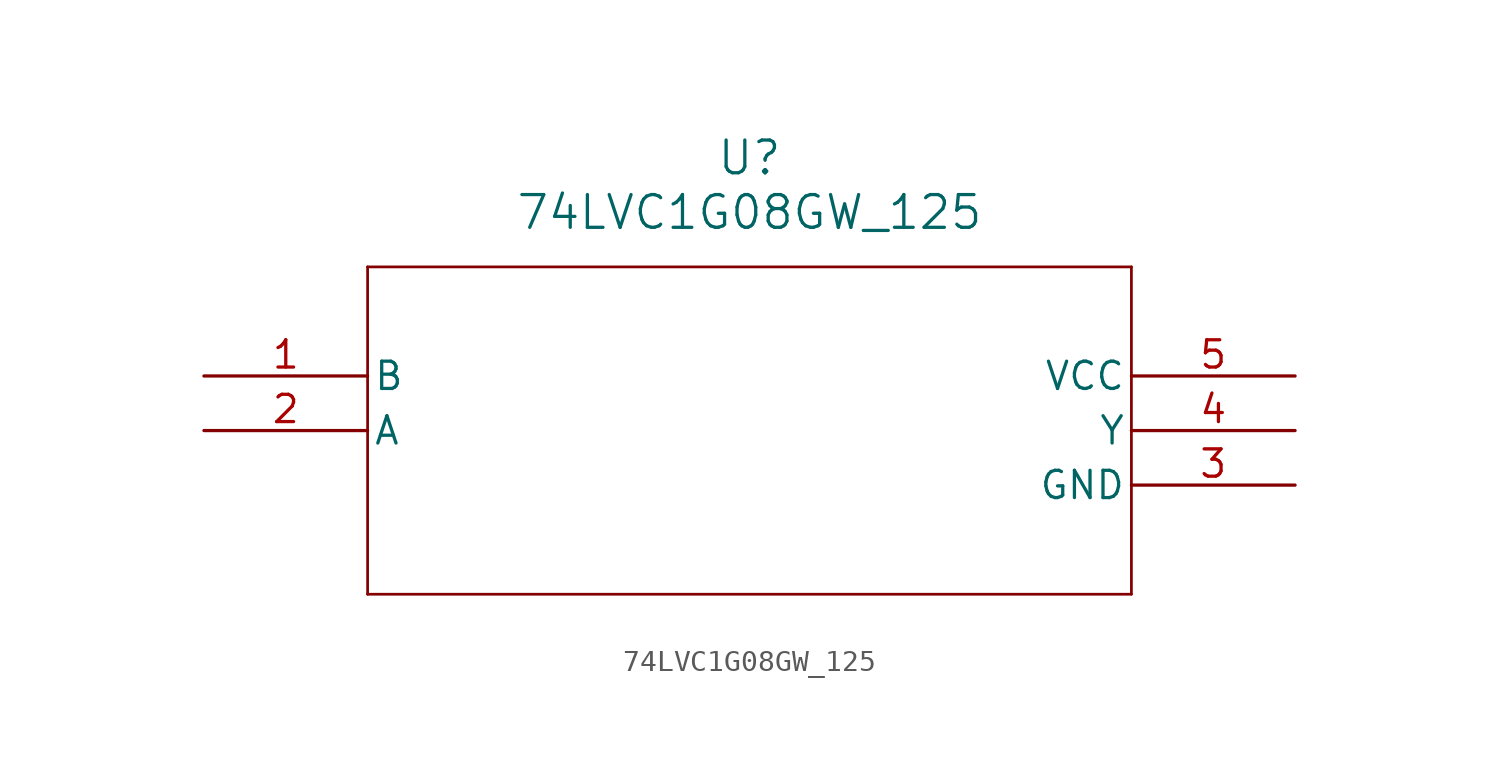
<source format=kicad_sym>
(kicad_symbol_lib
  (version 20211014)
  (generator kicad_symbol_editor)
  (symbol "74LVC1G08GW_125"
    (pin_names
      (offset 0.254))
    (property "Reference" "U"
      (at 25.4 10.16 0)
      (effects (font (size 1.524 1.524))))
    (property "Value" "74LVC1G08GW_125"
      (at 25.4 7.62 0)
      (effects (font (size 1.524 1.524))))
    (symbol "74LVC1G08GW_125_0_1"
      (polyline (pts (xy 7.62 5.08) (xy 7.62 -10.16)) (stroke (width 0.127) (type default) (color 0 0 0 0)) (fill (type none)))
      (polyline (pts (xy 7.62 -10.16) (xy 43.18 -10.16)) (stroke (width 0.127) (type default) (color 0 0 0 0)) (fill (type none)))
      (polyline (pts (xy 43.18 -10.16) (xy 43.18 5.08)) (stroke (width 0.127) (type default) (color 0 0 0 0)) (fill (type none)))
      (polyline (pts (xy 43.18 5.08) (xy 7.62 5.08)) (stroke (width 0.127) (type default) (color 0 0 0 0)) (fill (type none)))
      (pin input line (at 0 0 0) (length 7.62) (name "B" (effects (font (size 1.27 1.27)))) (number "1" (effects (font (size 1.27 1.27)))))
      (pin input line (at 0 -2.54 0) (length 7.62) (name "A" (effects (font (size 1.27 1.27)))) (number "2" (effects (font (size 1.27 1.27)))))
      (pin power_in line (at 50.8 -5.08 180) (length 7.62) (name "GND" (effects (font (size 1.27 1.27)))) (number "3" (effects (font (size 1.27 1.27)))))
      (pin output line (at 50.8 -2.54 180) (length 7.62) (name "Y" (effects (font (size 1.27 1.27)))) (number "4" (effects (font (size 1.27 1.27)))))
      (pin power_in line (at 50.8 0 180) (length 7.62) (name "VCC" (effects (font (size 1.27 1.27)))) (number "5" (effects (font (size 1.27 1.27))))))))
</source>
